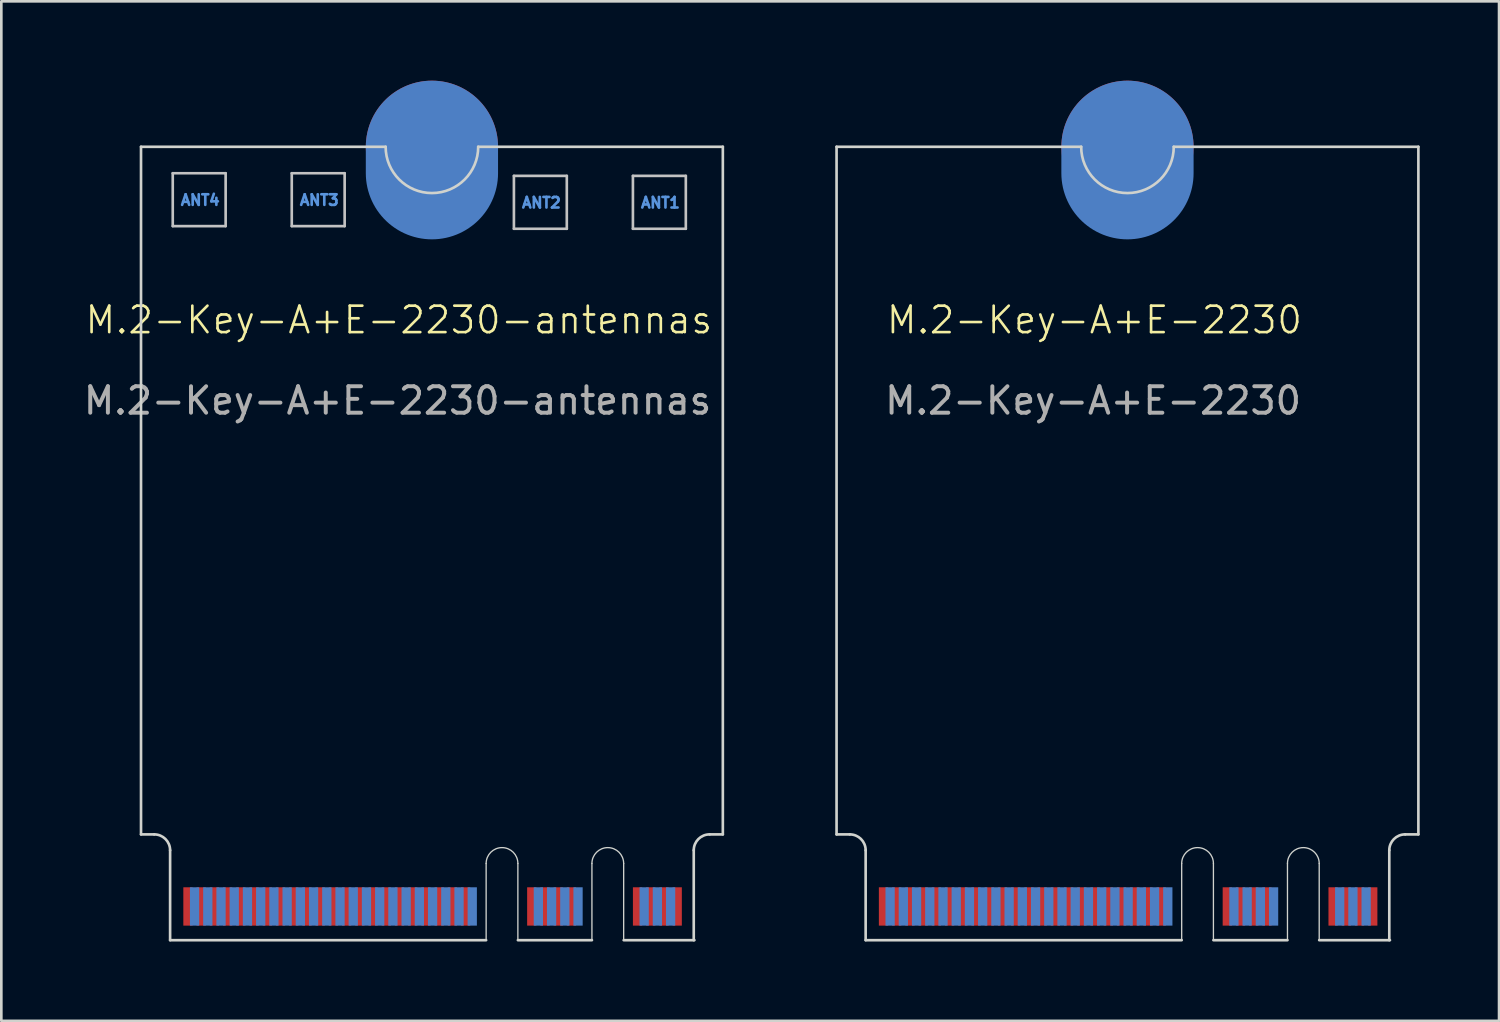
<source format=kicad_pcb>
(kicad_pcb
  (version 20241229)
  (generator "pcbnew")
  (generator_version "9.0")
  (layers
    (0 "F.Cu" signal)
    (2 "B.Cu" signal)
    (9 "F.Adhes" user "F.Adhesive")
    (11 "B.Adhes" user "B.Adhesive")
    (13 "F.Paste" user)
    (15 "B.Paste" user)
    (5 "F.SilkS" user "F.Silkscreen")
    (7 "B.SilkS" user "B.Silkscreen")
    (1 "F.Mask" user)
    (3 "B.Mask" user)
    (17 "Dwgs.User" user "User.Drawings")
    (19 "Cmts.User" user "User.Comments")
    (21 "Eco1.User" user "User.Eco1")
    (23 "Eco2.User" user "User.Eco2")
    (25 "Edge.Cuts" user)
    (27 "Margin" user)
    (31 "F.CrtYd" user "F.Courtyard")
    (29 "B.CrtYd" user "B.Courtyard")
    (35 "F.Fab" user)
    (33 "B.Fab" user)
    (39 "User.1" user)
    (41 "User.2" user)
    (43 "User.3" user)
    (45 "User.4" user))
  (footprint "M.2-Key-A+E-2230-antennas"
    (layer "F.Cu")
    (at 1.282 1.5)
    (property "Reference" "M.2-Key-A+E-2230-antennas" (at 10.75 7.55 0) (unlocked yes) (layer "F.SilkS") (effects (font (size 1 1) (thickness 0.1))))
    (attr smd)
    (fp_line (start 2.2 2) (end 2.2 4) (stroke (width 0.1) (type default)) (layer "Dwgs.User"))
    (fp_line (start 2.2 4) (end 4.2 4) (stroke (width 0.1) (type default)) (layer "Dwgs.User"))
    (fp_line (start 4.2 2) (end 2.2 2) (stroke (width 0.1) (type default)) (layer "Dwgs.User"))
    (fp_line (start 4.2 4) (end 4.2 2) (stroke (width 0.1) (type default)) (layer "Dwgs.User"))
    (fp_line (start 6.7 2) (end 8.7 2) (stroke (width 0.1) (type default)) (layer "Dwgs.User"))
    (fp_line (start 6.7 4) (end 6.7 2) (stroke (width 0.1) (type default)) (layer "Dwgs.User"))
    (fp_line (start 8.7 2) (end 8.7 4) (stroke (width 0.1) (type default)) (layer "Dwgs.User"))
    (fp_line (start 8.7 4) (end 6.7 4) (stroke (width 0.1) (type default)) (layer "Dwgs.User"))
    (fp_line (start 15.1 2.1) (end 17.1 2.1) (stroke (width 0.1) (type default)) (layer "Dwgs.User"))
    (fp_line (start 15.1 4.1) (end 15.1 2.1) (stroke (width 0.1) (type default)) (layer "Dwgs.User"))
    (fp_line (start 17.1 2.1) (end 17.1 4.1) (stroke (width 0.1) (type default)) (layer "Dwgs.User"))
    (fp_line (start 17.1 4.1) (end 15.1 4.1) (stroke (width 0.1) (type default)) (layer "Dwgs.User"))
    (fp_line (start 19.6 2.1) (end 21.6 2.1) (stroke (width 0.1) (type default)) (layer "Dwgs.User"))
    (fp_line (start 19.6 4.1) (end 19.6 2.1) (stroke (width 0.1) (type default)) (layer "Dwgs.User"))
    (fp_line (start 21.6 2.1) (end 21.6 4.1) (stroke (width 0.1) (type default)) (layer "Dwgs.User"))
    (fp_line (start 21.6 4.1) (end 19.6 4.1) (stroke (width 0.1) (type default)) (layer "Dwgs.User"))
    (fp_line (start 1 1) (end 1 27) (stroke (width 0.1) (type default)) (layer "Edge.Cuts"))
    (fp_line (start 1 1) (end 10.25 1) (stroke (width 0.1) (type default)) (layer "Edge.Cuts"))
    (fp_line (start 1 27) (end 1.5 27) (stroke (width 0.1) (type default)) (layer "Edge.Cuts"))
    (fp_line (start 2.1 27.6) (end 2.1 31) (stroke (width 0.1) (type default)) (layer "Edge.Cuts"))
    (fp_line (start 2.1 31) (end 14.05 31) (stroke (width 0.1) (type default)) (layer "Edge.Cuts"))
    (fp_line (start 14.05 31) (end 14.05 28.1) (stroke (width 0.05) (type default)) (layer "Edge.Cuts"))
    (fp_line (start 15.25 28.1) (end 15.25 31) (stroke (width 0.05) (type default)) (layer "Edge.Cuts"))
    (fp_line (start 15.25 31) (end 18.05 31) (stroke (width 0.1) (type default)) (layer "Edge.Cuts"))
    (fp_line (start 18.05 31) (end 18.05 28.1) (stroke (width 0.05) (type default)) (layer "Edge.Cuts"))
    (fp_line (start 19.25 28.1) (end 19.25 31) (stroke (width 0.05) (type default)) (layer "Edge.Cuts"))
    (fp_line (start 19.25 31) (end 21.925 31) (stroke (width 0.1) (type default)) (layer "Edge.Cuts"))
    (fp_line (start 21.9 27.6) (end 21.9 31) (stroke (width 0.1) (type default)) (layer "Edge.Cuts"))
    (fp_line (start 23 1) (end 13.75 1) (stroke (width 0.1) (type default)) (layer "Edge.Cuts"))
    (fp_line (start 23 1) (end 23 27) (stroke (width 0.1) (type default)) (layer "Edge.Cuts"))
    (fp_line (start 23 27) (end 22.5 27) (stroke (width 0.1) (type default)) (layer "Edge.Cuts"))
    (fp_arc (start 1.5 27) (mid 1.924264 27.175736) (end 2.1 27.6) (stroke (width 0.1) (type default)) (layer "Edge.Cuts"))
    (fp_arc (start 13.75 1) (mid 12 2.75) (end 10.25 1) (stroke (width 0.1) (type default)) (layer "Edge.Cuts"))
    (fp_arc (start 14.05 28.1) (mid 14.65 27.5) (end 15.25 28.1) (stroke (width 0.05) (type default)) (layer "Edge.Cuts"))
    (fp_arc (start 18.05 28.1) (mid 18.65 27.5) (end 19.25 28.1) (stroke (width 0.05) (type default)) (layer "Edge.Cuts"))
    (fp_arc (start 21.9 27.6) (mid 22.075736 27.175736) (end 22.5 27) (stroke (width 0.1) (type default)) (layer "Edge.Cuts"))
    (fp_text user "ANT1" (at 19.85 3.35 0) (unlocked yes) (layer "Cmts.User") (effects (font (size 0.4 0.4) (thickness 0.1) (bold yes)) (justify left bottom)))
    (fp_text user "ANT2" (at 15.35 3.35 0) (unlocked yes) (layer "Cmts.User") (effects (font (size 0.4 0.4) (thickness 0.1) (bold yes)) (justify left bottom)))
    (fp_text user "ANT4" (at 2.45 3.25 0) (unlocked yes) (layer "Cmts.User") (effects (font (size 0.4 0.4) (thickness 0.1) (bold yes)) (justify left bottom)))
    (fp_text user "ANT3" (at 6.95 3.25 0) (unlocked yes) (layer "Cmts.User") (effects (font (size 0.4 0.4) (thickness 0.1) (bold yes)) (justify left bottom)))
    (fp_text user "${REFERENCE}" (at 10.7 10.6 0) (unlocked yes) (layer "F.Fab") (effects (font (size 1 1) (thickness 0.15))))
    (pad "1" connect rect (at 21.275 29.725) (size 0.35 1.45) (layers "F.Cu" "F.Mask"))
    (pad "2" connect rect (at 21.025 29.725) (size 0.35 1.45) (layers "B.Cu" "B.Mask"))
    (pad "3" connect rect (at 20.775 29.725) (size 0.35 1.45) (layers "F.Cu" "F.Mask"))
    (pad "4" connect rect (at 20.525 29.725) (size 0.35 1.45) (layers "B.Cu" "B.Mask"))
    (pad "5" connect rect (at 20.275 29.725) (size 0.35 1.45) (layers "F.Cu" "F.Mask"))
    (pad "6" connect rect (at 20.025 29.725) (size 0.35 1.45) (layers "B.Cu" "B.Mask"))
    (pad "7" connect rect (at 19.775 29.725) (size 0.35 1.45) (layers "F.Cu" "F.Mask"))
    (pad "16" connect rect (at 17.525 29.725) (size 0.35 1.45) (layers "B.Cu" "B.Mask"))
    (pad "17" connect rect (at 17.275 29.725) (size 0.35 1.45) (layers "F.Cu" "F.Mask"))
    (pad "18" connect rect (at 17.025 29.725) (size 0.35 1.45) (layers "B.Cu" "B.Mask"))
    (pad "19" connect rect (at 16.775 29.725) (size 0.35 1.45) (layers "F.Cu" "F.Mask"))
    (pad "20" connect rect (at 16.525 29.725) (size 0.35 1.45) (layers "B.Cu" "B.Mask"))
    (pad "21" connect rect (at 16.275 29.725) (size 0.35 1.45) (layers "F.Cu" "F.Mask"))
    (pad "22" connect rect (at 16.025 29.725) (size 0.35 1.45) (layers "B.Cu" "B.Mask"))
    (pad "23" connect rect (at 15.775 29.725) (size 0.35 1.45) (layers "F.Cu" "F.Mask"))
    (pad "32" connect rect (at 13.525 29.725) (size 0.35 1.45) (layers "B.Cu" "B.Mask"))
    (pad "33" connect rect (at 13.275 29.725) (size 0.35 1.45) (layers "F.Cu" "F.Mask"))
    (pad "34" connect rect (at 13.025 29.725) (size 0.35 1.45) (layers "B.Cu" "B.Mask"))
    (pad "35" connect rect (at 12.775 29.725) (size 0.35 1.45) (layers "F.Cu" "F.Mask"))
    (pad "36" connect rect (at 12.525 29.725) (size 0.35 1.45) (layers "B.Cu" "B.Mask"))
    (pad "37" connect rect (at 12.275 29.725) (size 0.35 1.45) (layers "F.Cu" "F.Mask"))
    (pad "38" connect rect (at 12.025 29.725) (size 0.35 1.45) (layers "B.Cu" "B.Mask"))
    (pad "39" connect rect (at 11.775 29.725) (size 0.35 1.45) (layers "F.Cu" "F.Mask"))
    (pad "40" connect rect (at 11.525 29.725) (size 0.35 1.45) (layers "B.Cu" "B.Mask"))
    (pad "41" connect rect (at 11.275 29.725) (size 0.35 1.45) (layers "F.Cu" "F.Mask"))
    (pad "42" connect rect (at 11.025 29.725) (size 0.35 1.45) (layers "B.Cu" "B.Mask"))
    (pad "43" connect rect (at 10.775 29.725) (size 0.35 1.45) (layers "F.Cu" "F.Mask"))
    (pad "44" connect rect (at 10.525 29.725) (size 0.35 1.45) (layers "B.Cu" "B.Mask"))
    (pad "45" connect rect (at 10.275 29.725) (size 0.35 1.45) (layers "F.Cu" "F.Mask"))
    (pad "46" connect rect (at 10.025 29.725) (size 0.35 1.45) (layers "B.Cu" "B.Mask"))
    (pad "47" connect rect (at 9.775 29.725) (size 0.35 1.45) (layers "F.Cu" "F.Mask"))
    (pad "48" connect rect (at 9.525 29.725) (size 0.35 1.45) (layers "B.Cu" "B.Mask"))
    (pad "49" connect rect (at 9.275 29.725) (size 0.35 1.45) (layers "F.Cu" "F.Mask"))
    (pad "50" connect rect (at 9.025 29.725) (size 0.35 1.45) (layers "B.Cu" "B.Mask"))
    (pad "51" connect rect (at 8.775 29.725) (size 0.35 1.45) (layers "F.Cu" "F.Mask"))
    (pad "52" connect rect (at 8.525 29.725) (size 0.35 1.45) (layers "B.Cu" "B.Mask"))
    (pad "53" connect rect (at 8.275 29.725) (size 0.35 1.45) (layers "F.Cu" "F.Mask"))
    (pad "54" connect rect (at 8.025 29.725) (size 0.35 1.45) (layers "B.Cu" "B.Mask"))
    (pad "55" connect rect (at 7.775 29.725) (size 0.35 1.45) (layers "F.Cu" "F.Mask"))
    (pad "56" connect rect (at 7.525 29.725) (size 0.35 1.45) (layers "B.Cu" "B.Mask"))
    (pad "57" connect rect (at 7.275 29.725) (size 0.35 1.45) (layers "F.Cu" "F.Mask"))
    (pad "58" connect rect (at 7.025 29.725) (size 0.35 1.45) (layers "B.Cu" "B.Mask"))
    (pad "59" connect rect (at 6.775 29.725) (size 0.35 1.45) (layers "F.Cu" "F.Mask"))
    (pad "60" connect rect (at 6.525 29.725) (size 0.35 1.45) (layers "B.Cu" "B.Mask"))
    (pad "61" connect rect (at 6.275 29.725) (size 0.35 1.45) (layers "F.Cu" "F.Mask"))
    (pad "62" connect rect (at 6.025 29.725) (size 0.35 1.45) (layers "B.Cu" "B.Mask"))
    (pad "63" connect rect (at 5.775 29.725) (size 0.35 1.45) (layers "F.Cu" "F.Mask"))
    (pad "64" connect rect (at 5.525 29.725) (size 0.35 1.45) (layers "B.Cu" "B.Mask"))
    (pad "65" connect rect (at 5.275 29.725) (size 0.35 1.45) (layers "F.Cu" "F.Mask"))
    (pad "66" connect rect (at 5.025 29.725) (size 0.35 1.45) (layers "B.Cu" "B.Mask"))
    (pad "67" connect rect (at 4.775 29.725) (size 0.35 1.45) (layers "F.Cu" "F.Mask"))
    (pad "68" connect rect (at 4.525 29.725) (size 0.35 1.45) (layers "B.Cu" "B.Mask"))
    (pad "69" connect rect (at 4.275 29.725) (size 0.35 1.45) (layers "F.Cu" "F.Mask"))
    (pad "70" connect rect (at 4.025 29.725) (size 0.35 1.45) (layers "B.Cu" "B.Mask"))
    (pad "71" connect rect (at 3.775 29.725) (size 0.35 1.45) (layers "F.Cu" "F.Mask"))
    (pad "72" connect rect (at 3.525 29.725) (size 0.35 1.45) (layers "B.Cu" "B.Mask"))
    (pad "73" connect rect (at 3.275 29.725) (size 0.35 1.45) (layers "F.Cu" "F.Mask"))
    (pad "74" connect rect (at 3.025 29.725) (size 0.35 1.45) (layers "B.Cu" "B.Mask"))
    (pad "75" connect rect (at 2.775 29.725) (size 0.35 1.45) (layers "F.Cu" "F.Mask"))
    (pad "76" connect circle (at 12 1) (size 5 5) (layers "F.Cu" "F.Mask"))
    (pad "76" connect oval (at 12 1.5) (size 5 6) (layers "B.Cu" "B.Mask"))
    (zone (net_name "") (layer "F.Cu") (name "TOP COMPONENT KEEPOUT") (hatch edge 0.5) (connect_pads) (min_thickness 0.25) (filled_areas_thickness no) (keepout (tracks allowed) (vias allowed) (pads allowed) (copperpour allowed) (footprints not_allowed)) (placement (enabled no)) (fill) (polygon (pts (xy 3.382 32.5) (xy 3.382 28.5) (xy 23.182 28.5) (xy 23.182 32.5))))
    (zone (net_name "") (layers "F.Cu" "B.Cu") (name "ANTENNAS") (hatch edge 0.5) (connect_pads) (min_thickness 0.25) (filled_areas_thickness no) (keepout (tracks allowed) (vias allowed) (pads not_allowed) (copperpour allowed) (footprints not_allowed)) (placement (enabled no)) (fill) (polygon (pts (xy 24.282 6.3) (xy 22.882 6.3) (xy 22.882 3.6) (xy 20.882 3.6) (xy 20.882 5.6) (xy 22.882 5.6) (xy 22.882 6.3) (xy 18.382 6.3) (xy 18.382 3.6) (xy 16.382 3.6) (xy 16.382 5.6) (xy 18.382 5.6) (xy 18.382 6.3) (xy 9.982 6.3) (xy 9.982 3.5) (xy 7.982 3.5) (xy 7.982 5.5) (xy 9.982 5.5) (xy 9.982 6.3) (xy 5.482 6.3) (xy 5.482 3.5) (xy 3.482 3.5) (xy 3.482 5.5) (xy 5.482 5.5) (xy 5.482 6.3) (xy 2.282 6.3) (xy 2.282 2.5) (xy 24.282 2.5))))
    (zone (net_name "") (layers "F.Cu" "Dwgs.User") (name "ANT4") (hatch edge 0.5) (connect_pads) (min_thickness 0.25) (filled_areas_thickness no) (keepout (tracks allowed) (vias allowed) (pads allowed) (copperpour not_allowed) (footprints allowed)) (placement (enabled no)) (fill) (polygon (pts (xy 3.482 3.5) (xy 5.482 3.5) (xy 5.482 5.5) (xy 3.482 5.5))))
    (zone (net_name "") (layers "F.Cu" "Dwgs.User") (name "ANT3") (hatch edge 0.5) (connect_pads) (min_thickness 0.25) (filled_areas_thickness no) (keepout (tracks allowed) (vias allowed) (pads allowed) (copperpour not_allowed) (footprints allowed)) (placement (enabled no)) (fill) (polygon (pts (xy 7.982 3.5) (xy 9.982 3.5) (xy 9.982 5.5) (xy 7.982 5.5))))
    (zone (net_name "") (layers "F.Cu" "Dwgs.User") (name "ANT2") (hatch edge 0.5) (connect_pads) (min_thickness 0.25) (filled_areas_thickness no) (keepout (tracks allowed) (vias allowed) (pads allowed) (copperpour not_allowed) (footprints allowed)) (placement (enabled no)) (fill) (polygon (pts (xy 16.382 3.6) (xy 18.382 3.6) (xy 18.382 5.6) (xy 16.382 5.6))))
    (zone (net_name "") (layers "F.Cu" "Dwgs.User") (name "ANT1") (hatch edge 0.5) (connect_pads) (min_thickness 0.25) (filled_areas_thickness no) (keepout (tracks allowed) (vias allowed) (pads allowed) (copperpour not_allowed) (footprints allowed)) (placement (enabled no)) (fill) (polygon (pts (xy 20.882 3.6) (xy 22.882 3.6) (xy 22.882 5.6) (xy 20.882 5.6))))
    (zone (net_name "") (layer "B.Cu") (name "BOTTOM COMPONENT KEEPOUT") (hatch edge 0.5) (connect_pads) (min_thickness 0.25) (filled_areas_thickness no) (keepout (tracks allowed) (vias allowed) (pads allowed) (copperpour allowed) (footprints not_allowed)) (placement (enabled no)) (fill) (polygon (pts (xy 3.382 32.5) (xy 23.182 32.5) (xy 23.182 28.5) (xy 24.282 28.5) (xy 24.282 27.3) (xy 2.282 27.3) (xy 2.282 28.5) (xy 3.382 28.5)))))
  (footprint "M.2-Key-A+E-2230"
    (layer "F.Cu")
    (at 27.582 1.5)
    (property "Reference" "M.2-Key-A+E-2230" (at 10.75 7.55 0) (unlocked yes) (layer "F.SilkS") (effects (font (size 1 1) (thickness 0.1))))
    (attr smd)
    (fp_line (start 1 1) (end 1 27) (stroke (width 0.1) (type default)) (layer "Edge.Cuts"))
    (fp_line (start 1 1) (end 10.25 1) (stroke (width 0.1) (type default)) (layer "Edge.Cuts"))
    (fp_line (start 1 27) (end 1.5 27) (stroke (width 0.1) (type default)) (layer "Edge.Cuts"))
    (fp_line (start 2.1 27.6) (end 2.1 31) (stroke (width 0.1) (type default)) (layer "Edge.Cuts"))
    (fp_line (start 2.1 31) (end 14.05 31) (stroke (width 0.1) (type default)) (layer "Edge.Cuts"))
    (fp_line (start 14.05 31) (end 14.05 28.1) (stroke (width 0.05) (type default)) (layer "Edge.Cuts"))
    (fp_line (start 15.25 28.1) (end 15.25 31) (stroke (width 0.05) (type default)) (layer "Edge.Cuts"))
    (fp_line (start 15.25 31) (end 18.05 31) (stroke (width 0.1) (type default)) (layer "Edge.Cuts"))
    (fp_line (start 18.05 31) (end 18.05 28.1) (stroke (width 0.05) (type default)) (layer "Edge.Cuts"))
    (fp_line (start 19.25 28.1) (end 19.25 31) (stroke (width 0.05) (type default)) (layer "Edge.Cuts"))
    (fp_line (start 19.25 31) (end 21.925 31) (stroke (width 0.1) (type default)) (layer "Edge.Cuts"))
    (fp_line (start 21.9 27.6) (end 21.9 31) (stroke (width 0.1) (type default)) (layer "Edge.Cuts"))
    (fp_line (start 23 1) (end 13.75 1) (stroke (width 0.1) (type default)) (layer "Edge.Cuts"))
    (fp_line (start 23 1) (end 23 27) (stroke (width 0.1) (type default)) (layer "Edge.Cuts"))
    (fp_line (start 23 27) (end 22.5 27) (stroke (width 0.1) (type default)) (layer "Edge.Cuts"))
    (fp_arc (start 1.5 27) (mid 1.924264 27.175736) (end 2.1 27.6) (stroke (width 0.1) (type default)) (layer "Edge.Cuts"))
    (fp_arc (start 13.75 1) (mid 12 2.75) (end 10.25 1) (stroke (width 0.1) (type default)) (layer "Edge.Cuts"))
    (fp_arc (start 14.05 28.1) (mid 14.65 27.5) (end 15.25 28.1) (stroke (width 0.05) (type default)) (layer "Edge.Cuts"))
    (fp_arc (start 18.05 28.1) (mid 18.65 27.5) (end 19.25 28.1) (stroke (width 0.05) (type default)) (layer "Edge.Cuts"))
    (fp_arc (start 21.9 27.6) (mid 22.075736 27.175736) (end 22.5 27) (stroke (width 0.1) (type default)) (layer "Edge.Cuts"))
    (fp_text user "${REFERENCE}" (at 10.7 10.6 0) (unlocked yes) (layer "F.Fab") (effects (font (size 1 1) (thickness 0.15))))
    (pad "1" connect rect (at 21.275 29.725) (size 0.35 1.45) (layers "F.Cu" "F.Mask"))
    (pad "2" connect rect (at 21.025 29.725) (size 0.35 1.45) (layers "B.Cu" "B.Mask"))
    (pad "3" connect rect (at 20.775 29.725) (size 0.35 1.45) (layers "F.Cu" "F.Mask"))
    (pad "4" connect rect (at 20.525 29.725) (size 0.35 1.45) (layers "B.Cu" "B.Mask"))
    (pad "5" connect rect (at 20.275 29.725) (size 0.35 1.45) (layers "F.Cu" "F.Mask"))
    (pad "6" connect rect (at 20.025 29.725) (size 0.35 1.45) (layers "B.Cu" "B.Mask"))
    (pad "7" connect rect (at 19.775 29.725) (size 0.35 1.45) (layers "F.Cu" "F.Mask"))
    (pad "16" connect rect (at 17.525 29.725) (size 0.35 1.45) (layers "B.Cu" "B.Mask"))
    (pad "17" connect rect (at 17.275 29.725) (size 0.35 1.45) (layers "F.Cu" "F.Mask"))
    (pad "18" connect rect (at 17.025 29.725) (size 0.35 1.45) (layers "B.Cu" "B.Mask"))
    (pad "19" connect rect (at 16.775 29.725) (size 0.35 1.45) (layers "F.Cu" "F.Mask"))
    (pad "20" connect rect (at 16.525 29.725) (size 0.35 1.45) (layers "B.Cu" "B.Mask"))
    (pad "21" connect rect (at 16.275 29.725) (size 0.35 1.45) (layers "F.Cu" "F.Mask"))
    (pad "22" connect rect (at 16.025 29.725) (size 0.35 1.45) (layers "B.Cu" "B.Mask"))
    (pad "23" connect rect (at 15.775 29.725) (size 0.35 1.45) (layers "F.Cu" "F.Mask"))
    (pad "32" connect rect (at 13.525 29.725) (size 0.35 1.45) (layers "B.Cu" "B.Mask"))
    (pad "33" connect rect (at 13.275 29.725) (size 0.35 1.45) (layers "F.Cu" "F.Mask"))
    (pad "34" connect rect (at 13.025 29.725) (size 0.35 1.45) (layers "B.Cu" "B.Mask"))
    (pad "35" connect rect (at 12.775 29.725) (size 0.35 1.45) (layers "F.Cu" "F.Mask"))
    (pad "36" connect rect (at 12.525 29.725) (size 0.35 1.45) (layers "B.Cu" "B.Mask"))
    (pad "37" connect rect (at 12.275 29.725) (size 0.35 1.45) (layers "F.Cu" "F.Mask"))
    (pad "38" connect rect (at 12.025 29.725) (size 0.35 1.45) (layers "B.Cu" "B.Mask"))
    (pad "39" connect rect (at 11.775 29.725) (size 0.35 1.45) (layers "F.Cu" "F.Mask"))
    (pad "40" connect rect (at 11.525 29.725) (size 0.35 1.45) (layers "B.Cu" "B.Mask"))
    (pad "41" connect rect (at 11.275 29.725) (size 0.35 1.45) (layers "F.Cu" "F.Mask"))
    (pad "42" connect rect (at 11.025 29.725) (size 0.35 1.45) (layers "B.Cu" "B.Mask"))
    (pad "43" connect rect (at 10.775 29.725) (size 0.35 1.45) (layers "F.Cu" "F.Mask"))
    (pad "44" connect rect (at 10.525 29.725) (size 0.35 1.45) (layers "B.Cu" "B.Mask"))
    (pad "45" connect rect (at 10.275 29.725) (size 0.35 1.45) (layers "F.Cu" "F.Mask"))
    (pad "46" connect rect (at 10.025 29.725) (size 0.35 1.45) (layers "B.Cu" "B.Mask"))
    (pad "47" connect rect (at 9.775 29.725) (size 0.35 1.45) (layers "F.Cu" "F.Mask"))
    (pad "48" connect rect (at 9.525 29.725) (size 0.35 1.45) (layers "B.Cu" "B.Mask"))
    (pad "49" connect rect (at 9.275 29.725) (size 0.35 1.45) (layers "F.Cu" "F.Mask"))
    (pad "50" connect rect (at 9.025 29.725) (size 0.35 1.45) (layers "B.Cu" "B.Mask"))
    (pad "51" connect rect (at 8.775 29.725) (size 0.35 1.45) (layers "F.Cu" "F.Mask"))
    (pad "52" connect rect (at 8.525 29.725) (size 0.35 1.45) (layers "B.Cu" "B.Mask"))
    (pad "53" connect rect (at 8.275 29.725) (size 0.35 1.45) (layers "F.Cu" "F.Mask"))
    (pad "54" connect rect (at 8.025 29.725) (size 0.35 1.45) (layers "B.Cu" "B.Mask"))
    (pad "55" connect rect (at 7.775 29.725) (size 0.35 1.45) (layers "F.Cu" "F.Mask"))
    (pad "56" connect rect (at 7.525 29.725) (size 0.35 1.45) (layers "B.Cu" "B.Mask"))
    (pad "57" connect rect (at 7.275 29.725) (size 0.35 1.45) (layers "F.Cu" "F.Mask"))
    (pad "58" connect rect (at 7.025 29.725) (size 0.35 1.45) (layers "B.Cu" "B.Mask"))
    (pad "59" connect rect (at 6.775 29.725) (size 0.35 1.45) (layers "F.Cu" "F.Mask"))
    (pad "60" connect rect (at 6.525 29.725) (size 0.35 1.45) (layers "B.Cu" "B.Mask"))
    (pad "61" connect rect (at 6.275 29.725) (size 0.35 1.45) (layers "F.Cu" "F.Mask"))
    (pad "62" connect rect (at 6.025 29.725) (size 0.35 1.45) (layers "B.Cu" "B.Mask"))
    (pad "63" connect rect (at 5.775 29.725) (size 0.35 1.45) (layers "F.Cu" "F.Mask"))
    (pad "64" connect rect (at 5.525 29.725) (size 0.35 1.45) (layers "B.Cu" "B.Mask"))
    (pad "65" connect rect (at 5.275 29.725) (size 0.35 1.45) (layers "F.Cu" "F.Mask"))
    (pad "66" connect rect (at 5.025 29.725) (size 0.35 1.45) (layers "B.Cu" "B.Mask"))
    (pad "67" connect rect (at 4.775 29.725) (size 0.35 1.45) (layers "F.Cu" "F.Mask"))
    (pad "68" connect rect (at 4.525 29.725) (size 0.35 1.45) (layers "B.Cu" "B.Mask"))
    (pad "69" connect rect (at 4.275 29.725) (size 0.35 1.45) (layers "F.Cu" "F.Mask"))
    (pad "70" connect rect (at 4.025 29.725) (size 0.35 1.45) (layers "B.Cu" "B.Mask"))
    (pad "71" connect rect (at 3.775 29.725) (size 0.35 1.45) (layers "F.Cu" "F.Mask"))
    (pad "72" connect rect (at 3.525 29.725) (size 0.35 1.45) (layers "B.Cu" "B.Mask"))
    (pad "73" connect rect (at 3.275 29.725) (size 0.35 1.45) (layers "F.Cu" "F.Mask"))
    (pad "74" connect rect (at 3.025 29.725) (size 0.35 1.45) (layers "B.Cu" "B.Mask"))
    (pad "75" connect rect (at 2.775 29.725) (size 0.35 1.45) (layers "F.Cu" "F.Mask"))
    (pad "76" connect circle (at 12 1) (size 5 5) (layers "F.Cu" "F.Mask"))
    (pad "76" connect oval (at 12 1.5) (size 5 6) (layers "B.Cu" "B.Mask"))
    (zone (net_name "") (layer "F.Cu") (name "TOP COMPONENT KEEPOUT") (hatch edge 0.5) (connect_pads) (min_thickness 0.25) (filled_areas_thickness no) (keepout (tracks allowed) (vias allowed) (pads allowed) (copperpour allowed) (footprints not_allowed)) (placement (enabled no)) (fill) (polygon (pts (xy 29.682 32.5) (xy 29.682 28.5) (xy 49.482 28.5) (xy 49.482 32.5))))
    (zone (net_name "") (layer "B.Cu") (name "BOTTOM COMPONENT KEEPOUT") (hatch edge 0.5) (connect_pads) (min_thickness 0.25) (filled_areas_thickness no) (keepout (tracks allowed) (vias allowed) (pads allowed) (copperpour allowed) (footprints not_allowed)) (placement (enabled no)) (fill) (polygon (pts (xy 29.682 32.5) (xy 49.482 32.5) (xy 49.482 28.5) (xy 50.582 28.5) (xy 50.582 27.3) (xy 28.582 27.3) (xy 28.582 28.5) (xy 29.682 28.5)))))
  (gr_rect
    (start -3 -3)
    (end 53.632 35.55)
    (stroke (width 0.1) (type default))
    (fill no)
    (layer "Edge.Cuts")))
</source>
